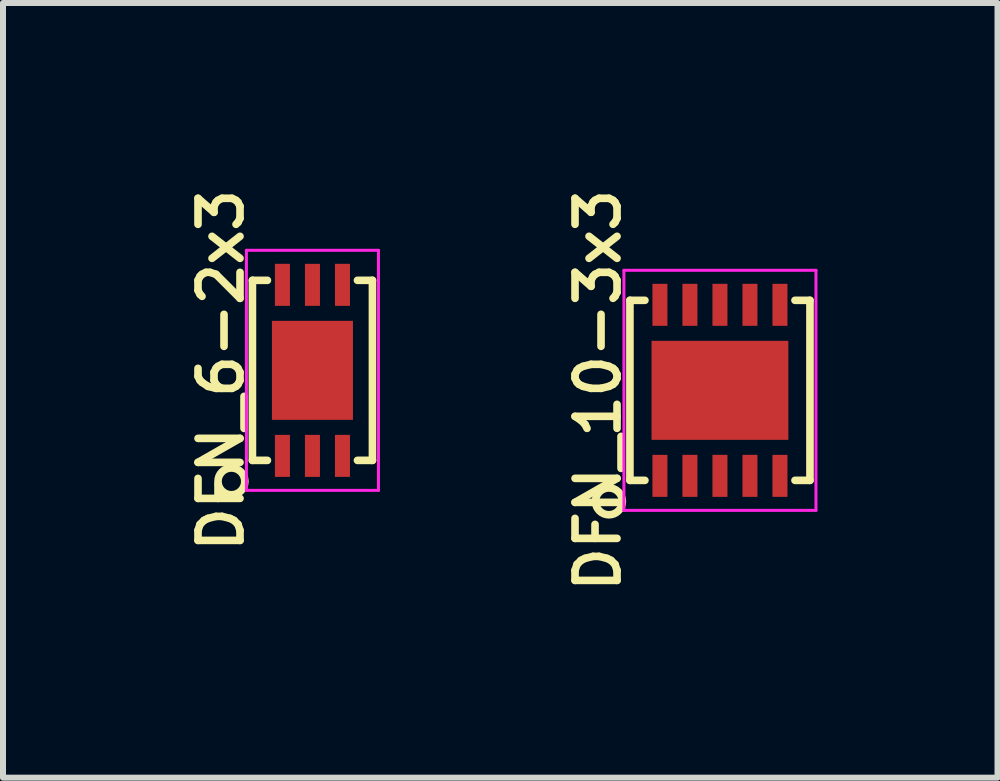
<source format=kicad_pcb>
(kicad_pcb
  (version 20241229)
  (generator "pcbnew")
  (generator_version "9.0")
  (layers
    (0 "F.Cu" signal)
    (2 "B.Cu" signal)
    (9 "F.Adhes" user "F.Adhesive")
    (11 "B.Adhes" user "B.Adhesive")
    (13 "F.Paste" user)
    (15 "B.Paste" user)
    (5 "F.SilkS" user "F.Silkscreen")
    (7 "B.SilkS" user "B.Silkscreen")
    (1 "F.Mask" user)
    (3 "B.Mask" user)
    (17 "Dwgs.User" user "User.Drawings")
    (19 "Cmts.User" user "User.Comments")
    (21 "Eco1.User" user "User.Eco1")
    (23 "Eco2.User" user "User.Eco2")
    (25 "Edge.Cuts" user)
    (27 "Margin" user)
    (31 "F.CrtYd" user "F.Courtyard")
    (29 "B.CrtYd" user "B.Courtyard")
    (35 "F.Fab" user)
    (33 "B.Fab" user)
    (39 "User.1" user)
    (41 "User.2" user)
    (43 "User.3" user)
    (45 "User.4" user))
  (footprint "DFN_6-2x3"
    (layer "F.Cu")
    (at 2.156 3.121)
    (property "Reference" "DFN_6-2x3" (at -1.524 0 90) (layer "F.SilkS") (effects (font (size 0.7 0.7) (thickness 0.127))))
    (attr through_hole)
    (fp_line (start -1 -1.5) (end -0.75 -1.5) (stroke (width 0.127) (type solid)) (layer "F.SilkS"))
    (fp_line (start -1 1.5) (end -1 -1.5) (stroke (width 0.127) (type solid)) (layer "F.SilkS"))
    (fp_line (start -0.75 1.5) (end -1 1.5) (stroke (width 0.127) (type solid)) (layer "F.SilkS"))
    (fp_line (start 0.75 -1.5) (end 1 -1.5) (stroke (width 0.127) (type solid)) (layer "F.SilkS"))
    (fp_line (start 1 -1.5) (end 1 1.5) (stroke (width 0.127) (type solid)) (layer "F.SilkS"))
    (fp_line (start 1 1.5) (end 0.75 1.5) (stroke (width 0.127) (type solid)) (layer "F.SilkS"))
    (fp_circle (center -1.35 1.85) (end -1.45 2.05) (stroke (width 0.127) (type solid)) (fill no) (layer "F.SilkS"))
    (fp_line (start -1.1 -2) (end 1.1 -2) (stroke (width 0.05) (type solid)) (layer "F.CrtYd"))
    (fp_line (start -1.1 2) (end -1.1 -2) (stroke (width 0.05) (type solid)) (layer "F.CrtYd"))
    (fp_line (start 1.1 -2) (end 1.1 2) (stroke (width 0.05) (type solid)) (layer "F.CrtYd"))
    (fp_line (start 1.1 2) (end -1.1 2) (stroke (width 0.05) (type solid)) (layer "F.CrtYd"))
    (pad "1" smd rect (at -0.5 1.425) (size 0.25 0.7) (layers "F.Cu" "F.Mask" "F.Paste"))
    (pad "2" smd rect (at 0 1.425) (size 0.25 0.7) (layers "F.Cu" "F.Mask" "F.Paste"))
    (pad "3" smd rect (at 0.5 1.425) (size 0.25 0.7) (layers "F.Cu" "F.Mask" "F.Paste"))
    (pad "4" smd rect (at 0.5 -1.425) (size 0.25 0.7) (layers "F.Cu" "F.Mask" "F.Paste"))
    (pad "5" smd rect (at 0 -1.425) (size 0.25 0.7) (layers "F.Cu" "F.Mask" "F.Paste"))
    (pad "6" smd rect (at -0.5 -1.425) (size 0.25 0.7) (layers "F.Cu" "F.Mask" "F.Paste"))
    (pad "7" smd rect (at 0 0) (size 1.35 1.65) (layers "F.Cu" "F.Mask" "F.Paste")))
  (footprint "DFN_10-3x3"
    (layer "F.Cu")
    (at 8.946 3.454)
    (property "Reference" "DFN_10-3x3" (at -2.032 0 90) (layer "F.SilkS") (effects (font (size 0.7 0.7) (thickness 0.127))))
    (attr through_hole)
    (fp_line (start -1.5 -1.5) (end -1.25 -1.5) (stroke (width 0.127) (type solid)) (layer "F.SilkS"))
    (fp_line (start -1.5 1.5) (end -1.5 -1.5) (stroke (width 0.127) (type solid)) (layer "F.SilkS"))
    (fp_line (start -1.25 1.5) (end -1.5 1.5) (stroke (width 0.127) (type solid)) (layer "F.SilkS"))
    (fp_line (start 1.25 -1.5) (end 1.5 -1.5) (stroke (width 0.127) (type solid)) (layer "F.SilkS"))
    (fp_line (start 1.5 -1.5) (end 1.5 1.5) (stroke (width 0.127) (type solid)) (layer "F.SilkS"))
    (fp_line (start 1.5 1.5) (end 1.25 1.5) (stroke (width 0.127) (type solid)) (layer "F.SilkS"))
    (fp_circle (center -1.85 1.85) (end -1.95 2.05) (stroke (width 0.127) (type solid)) (fill no) (layer "F.SilkS"))
    (fp_line (start -1.6 -2) (end 1.6 -2) (stroke (width 0.05) (type solid)) (layer "F.CrtYd"))
    (fp_line (start -1.6 2) (end -1.6 -2) (stroke (width 0.05) (type solid)) (layer "F.CrtYd"))
    (fp_line (start 1.6 -2) (end 1.6 2) (stroke (width 0.05) (type solid)) (layer "F.CrtYd"))
    (fp_line (start 1.6 2) (end -1.6 2) (stroke (width 0.05) (type solid)) (layer "F.CrtYd"))
    (pad "1" smd rect (at -1 1.425) (size 0.25 0.7) (layers "F.Cu" "F.Mask" "F.Paste"))
    (pad "2" smd rect (at -0.5 1.425) (size 0.25 0.7) (layers "F.Cu" "F.Mask" "F.Paste"))
    (pad "3" smd rect (at 0 1.425) (size 0.25 0.7) (layers "F.Cu" "F.Mask" "F.Paste"))
    (pad "4" smd rect (at 0.5 1.425) (size 0.25 0.7) (layers "F.Cu" "F.Mask" "F.Paste"))
    (pad "5" smd rect (at 1 1.425) (size 0.25 0.7) (layers "F.Cu" "F.Mask" "F.Paste"))
    (pad "6" smd rect (at 1 -1.425) (size 0.25 0.7) (layers "F.Cu" "F.Mask" "F.Paste"))
    (pad "7" smd rect (at 0.5 -1.425) (size 0.25 0.7) (layers "F.Cu" "F.Mask" "F.Paste"))
    (pad "8" smd rect (at 0 -1.425) (size 0.25 0.7) (layers "F.Cu" "F.Mask" "F.Paste"))
    (pad "9" smd rect (at -0.5 -1.425) (size 0.25 0.7) (layers "F.Cu" "F.Mask" "F.Paste"))
    (pad "10" smd rect (at -1 -1.425) (size 0.25 0.7) (layers "F.Cu" "F.Mask" "F.Paste"))
    (pad "11" smd rect (at 0 0) (size 2.28 1.65) (layers "F.Cu" "F.Mask" "F.Paste")))
  (gr_rect
    (start -3 -3)
    (end 13.571 9.908)
    (stroke (width 0.1) (type default))
    (fill no)
    (layer "Edge.Cuts")))
</source>
